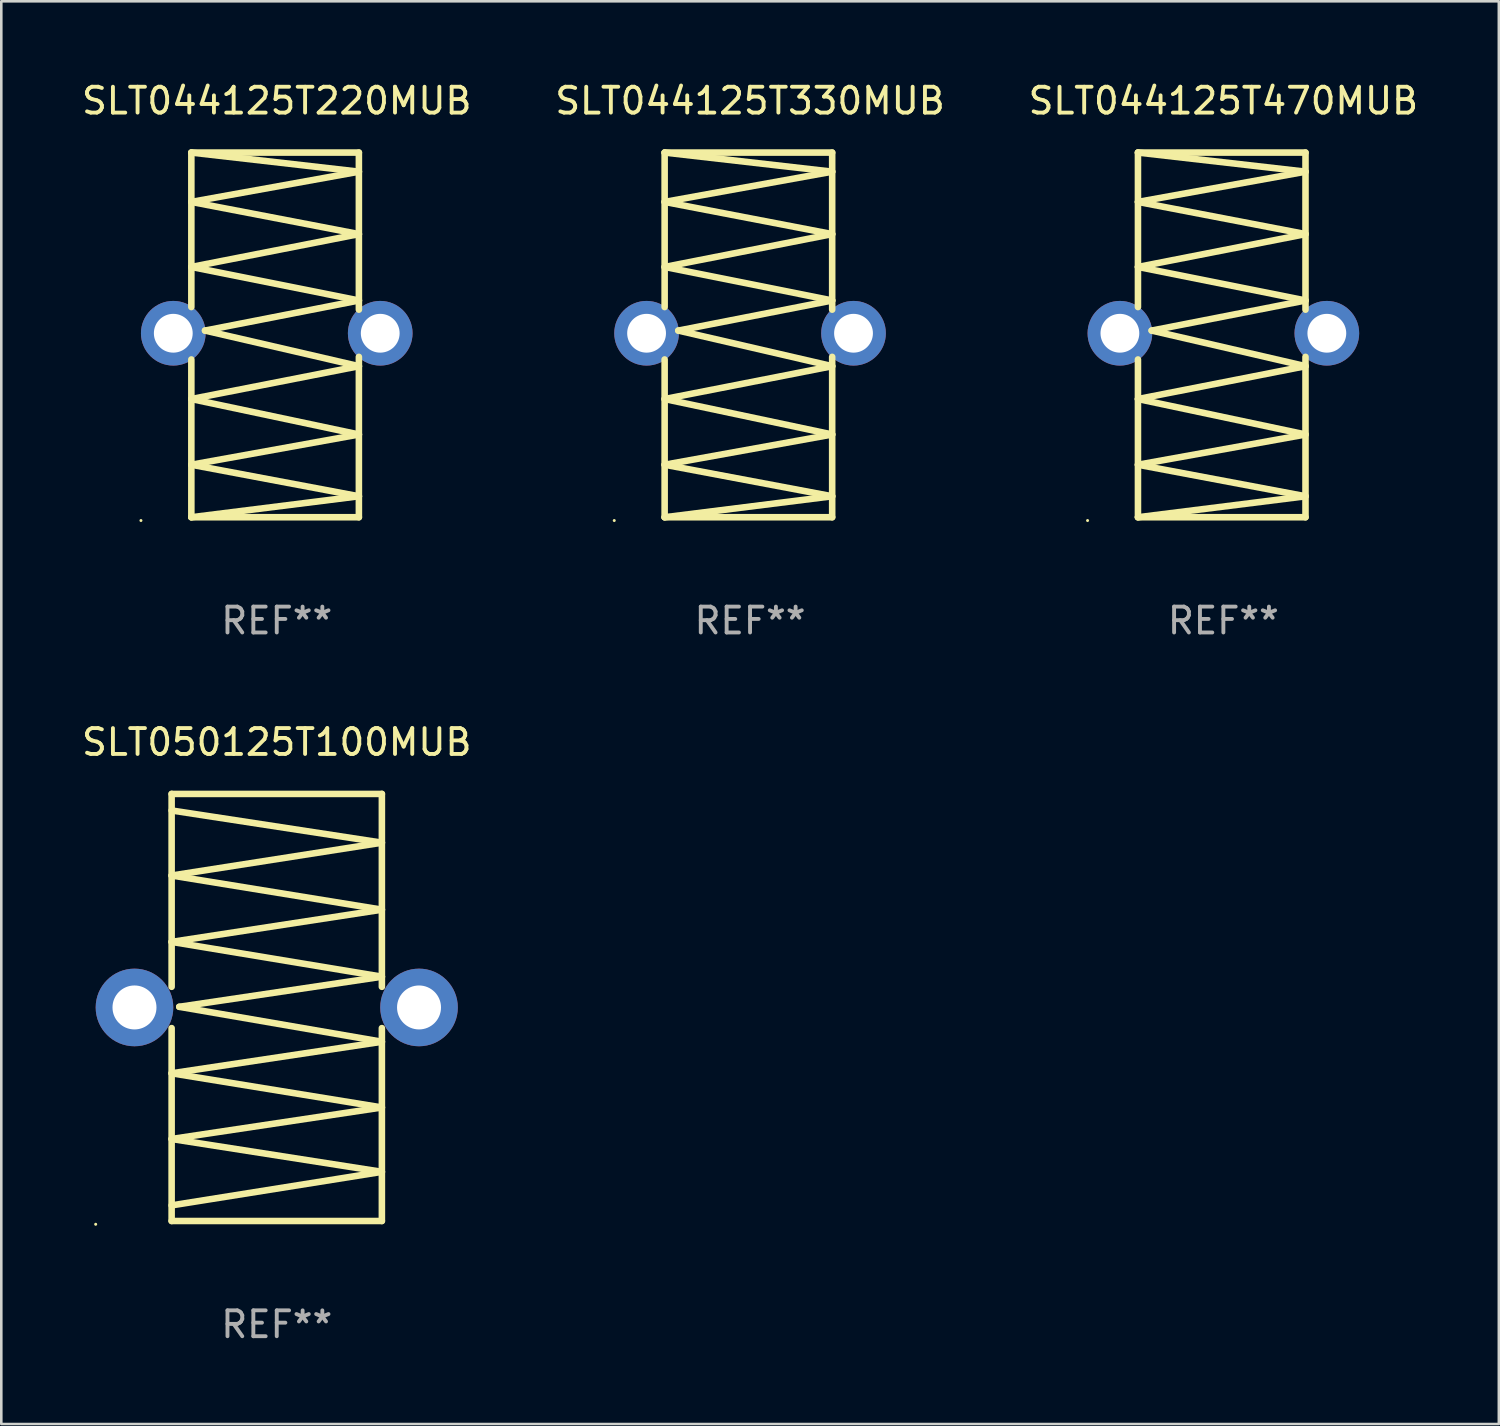
<source format=kicad_pcb>
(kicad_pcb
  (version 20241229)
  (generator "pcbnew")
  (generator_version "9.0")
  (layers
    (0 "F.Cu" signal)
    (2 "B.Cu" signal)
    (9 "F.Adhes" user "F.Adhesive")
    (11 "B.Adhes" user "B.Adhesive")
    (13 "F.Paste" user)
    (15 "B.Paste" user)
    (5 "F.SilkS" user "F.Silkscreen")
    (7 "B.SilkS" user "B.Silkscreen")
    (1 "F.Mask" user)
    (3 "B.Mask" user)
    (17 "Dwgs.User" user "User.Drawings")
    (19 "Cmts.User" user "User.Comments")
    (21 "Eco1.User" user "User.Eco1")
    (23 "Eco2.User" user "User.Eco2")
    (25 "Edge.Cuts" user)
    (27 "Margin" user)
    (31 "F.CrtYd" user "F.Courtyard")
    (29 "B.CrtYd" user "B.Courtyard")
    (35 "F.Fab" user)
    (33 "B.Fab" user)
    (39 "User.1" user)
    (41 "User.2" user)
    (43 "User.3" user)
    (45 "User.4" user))
  (footprint "SLT044125T220MUB"
    (layer "F.Cu")
    (at 7.649 9.897)
    (property "Reference" "SLT044125T220MUB" (at 0 -9.049 0) (layer "F.SilkS") (effects (font (size 1 1) (thickness 0.15))))
    (attr through_hole)
    (fp_line (start -3.302 -7.049) (end -3.302 -1.077) (stroke (width 0.254) (type solid)) (layer "F.SilkS"))
    (fp_line (start -3.302 -7.049) (end 3.175 -6.31) (stroke (width 0.254) (type solid)) (layer "F.SilkS"))
    (fp_line (start -3.302 -5.141) (end 3.175 -3.897) (stroke (width 0.254) (type solid)) (layer "F.SilkS"))
    (fp_line (start -3.302 -2.627) (end 3.175 -1.331) (stroke (width 0.254) (type solid)) (layer "F.SilkS"))
    (fp_line (start -3.302 0.95) (end -3.302 7.049) (stroke (width 0.254) (type solid)) (layer "F.SilkS"))
    (fp_line (start -3.302 2.479) (end 3.175 3.85) (stroke (width 0.254) (type solid)) (layer "F.SilkS"))
    (fp_line (start -3.302 5.019) (end 3.175 6.238) (stroke (width 0.254) (type solid)) (layer "F.SilkS"))
    (fp_line (start -3.302 7.049) (end 3.175 7.049) (stroke (width 0.254) (type solid)) (layer "F.SilkS"))
    (fp_line (start -2.773 -0.167) (end 3.175 1.209) (stroke (width 0.254) (type solid)) (layer "F.SilkS"))
    (fp_line (start 3.175 -7.049) (end -3.302 -7.049) (stroke (width 0.254) (type solid)) (layer "F.SilkS"))
    (fp_line (start 3.175 -6.31) (end -3.302 -5.141) (stroke (width 0.254) (type solid)) (layer "F.SilkS"))
    (fp_line (start 3.175 -3.897) (end -3.302 -2.627) (stroke (width 0.254) (type solid)) (layer "F.SilkS"))
    (fp_line (start 3.175 -1.331) (end -2.773 -0.167) (stroke (width 0.254) (type solid)) (layer "F.SilkS"))
    (fp_line (start 3.175 -0.976) (end 3.175 -7.049) (stroke (width 0.254) (type solid)) (layer "F.SilkS"))
    (fp_line (start 3.175 1.209) (end -3.302 2.479) (stroke (width 0.254) (type solid)) (layer "F.SilkS"))
    (fp_line (start 3.175 3.85) (end -3.302 5.019) (stroke (width 0.254) (type solid)) (layer "F.SilkS"))
    (fp_line (start 3.175 6.238) (end -3.302 7.049) (stroke (width 0.254) (type solid)) (layer "F.SilkS"))
    (fp_line (start 3.175 7.049) (end 3.175 0.849) (stroke (width 0.254) (type solid)) (layer "F.SilkS"))
    (fp_circle (center -5.25 7.176) (end -5.22 7.176) (stroke (width 0.06) (type solid)) (fill no) (layer "F.SilkS"))
    (fp_text user "REF**" (at 0 11.049 0) (layer "F.Fab") (effects (font (size 1 1) (thickness 0.15))))
    (pad "1" thru_hole circle (at -4 -0.064) (size 2.5 2.5) (drill 1.5) (layers "*.Cu" "*.Mask"))
    (pad "2" thru_hole circle (at 4 -0.064) (size 2.5 2.5) (drill 1.5) (layers "*.Cu" "*.Mask")))
  (footprint "SLT044125T330MUB"
    (layer "F.Cu")
    (at 25.946 9.897)
    (property "Reference" "SLT044125T330MUB" (at 0 -9.049 0) (layer "F.SilkS") (effects (font (size 1 1) (thickness 0.15))))
    (attr through_hole)
    (fp_line (start -3.302 -7.049) (end -3.302 -1.077) (stroke (width 0.254) (type solid)) (layer "F.SilkS"))
    (fp_line (start -3.302 -7.049) (end 3.175 -6.31) (stroke (width 0.254) (type solid)) (layer "F.SilkS"))
    (fp_line (start -3.302 -5.141) (end 3.175 -3.897) (stroke (width 0.254) (type solid)) (layer "F.SilkS"))
    (fp_line (start -3.302 -2.627) (end 3.175 -1.331) (stroke (width 0.254) (type solid)) (layer "F.SilkS"))
    (fp_line (start -3.302 0.95) (end -3.302 7.049) (stroke (width 0.254) (type solid)) (layer "F.SilkS"))
    (fp_line (start -3.302 2.479) (end 3.175 3.85) (stroke (width 0.254) (type solid)) (layer "F.SilkS"))
    (fp_line (start -3.302 5.019) (end 3.175 6.238) (stroke (width 0.254) (type solid)) (layer "F.SilkS"))
    (fp_line (start -3.302 7.049) (end 3.175 7.049) (stroke (width 0.254) (type solid)) (layer "F.SilkS"))
    (fp_line (start -2.773 -0.167) (end 3.175 1.209) (stroke (width 0.254) (type solid)) (layer "F.SilkS"))
    (fp_line (start 3.175 -7.049) (end -3.302 -7.049) (stroke (width 0.254) (type solid)) (layer "F.SilkS"))
    (fp_line (start 3.175 -6.31) (end -3.302 -5.141) (stroke (width 0.254) (type solid)) (layer "F.SilkS"))
    (fp_line (start 3.175 -3.897) (end -3.302 -2.627) (stroke (width 0.254) (type solid)) (layer "F.SilkS"))
    (fp_line (start 3.175 -1.331) (end -2.773 -0.167) (stroke (width 0.254) (type solid)) (layer "F.SilkS"))
    (fp_line (start 3.175 -0.976) (end 3.175 -7.049) (stroke (width 0.254) (type solid)) (layer "F.SilkS"))
    (fp_line (start 3.175 1.209) (end -3.302 2.479) (stroke (width 0.254) (type solid)) (layer "F.SilkS"))
    (fp_line (start 3.175 3.85) (end -3.302 5.019) (stroke (width 0.254) (type solid)) (layer "F.SilkS"))
    (fp_line (start 3.175 6.238) (end -3.302 7.049) (stroke (width 0.254) (type solid)) (layer "F.SilkS"))
    (fp_line (start 3.175 7.049) (end 3.175 0.849) (stroke (width 0.254) (type solid)) (layer "F.SilkS"))
    (fp_circle (center -5.25 7.176) (end -5.22 7.176) (stroke (width 0.06) (type solid)) (fill no) (layer "F.SilkS"))
    (fp_text user "REF**" (at 0 11.049 0) (layer "F.Fab") (effects (font (size 1 1) (thickness 0.15))))
    (pad "1" thru_hole circle (at -4 -0.064) (size 2.5 2.5) (drill 1.5) (layers "*.Cu" "*.Mask"))
    (pad "2" thru_hole circle (at 4 -0.064) (size 2.5 2.5) (drill 1.5) (layers "*.Cu" "*.Mask")))
  (footprint "SLT044125T470MUB"
    (layer "F.Cu")
    (at 44.244 9.897)
    (property "Reference" "SLT044125T470MUB" (at 0 -9.049 0) (layer "F.SilkS") (effects (font (size 1 1) (thickness 0.15))))
    (attr through_hole)
    (fp_line (start -3.302 -7.049) (end -3.302 -1.077) (stroke (width 0.254) (type solid)) (layer "F.SilkS"))
    (fp_line (start -3.302 -7.049) (end 3.175 -6.31) (stroke (width 0.254) (type solid)) (layer "F.SilkS"))
    (fp_line (start -3.302 -5.141) (end 3.175 -3.897) (stroke (width 0.254) (type solid)) (layer "F.SilkS"))
    (fp_line (start -3.302 -2.627) (end 3.175 -1.331) (stroke (width 0.254) (type solid)) (layer "F.SilkS"))
    (fp_line (start -3.302 0.95) (end -3.302 7.049) (stroke (width 0.254) (type solid)) (layer "F.SilkS"))
    (fp_line (start -3.302 2.479) (end 3.175 3.85) (stroke (width 0.254) (type solid)) (layer "F.SilkS"))
    (fp_line (start -3.302 5.019) (end 3.175 6.238) (stroke (width 0.254) (type solid)) (layer "F.SilkS"))
    (fp_line (start -3.302 7.049) (end 3.175 7.049) (stroke (width 0.254) (type solid)) (layer "F.SilkS"))
    (fp_line (start -2.773 -0.167) (end 3.175 1.209) (stroke (width 0.254) (type solid)) (layer "F.SilkS"))
    (fp_line (start 3.175 -7.049) (end -3.302 -7.049) (stroke (width 0.254) (type solid)) (layer "F.SilkS"))
    (fp_line (start 3.175 -6.31) (end -3.302 -5.141) (stroke (width 0.254) (type solid)) (layer "F.SilkS"))
    (fp_line (start 3.175 -3.897) (end -3.302 -2.627) (stroke (width 0.254) (type solid)) (layer "F.SilkS"))
    (fp_line (start 3.175 -1.331) (end -2.773 -0.167) (stroke (width 0.254) (type solid)) (layer "F.SilkS"))
    (fp_line (start 3.175 -0.976) (end 3.175 -7.049) (stroke (width 0.254) (type solid)) (layer "F.SilkS"))
    (fp_line (start 3.175 1.209) (end -3.302 2.479) (stroke (width 0.254) (type solid)) (layer "F.SilkS"))
    (fp_line (start 3.175 3.85) (end -3.302 5.019) (stroke (width 0.254) (type solid)) (layer "F.SilkS"))
    (fp_line (start 3.175 6.238) (end -3.302 7.049) (stroke (width 0.254) (type solid)) (layer "F.SilkS"))
    (fp_line (start 3.175 7.049) (end 3.175 0.849) (stroke (width 0.254) (type solid)) (layer "F.SilkS"))
    (fp_circle (center -5.25 7.176) (end -5.22 7.176) (stroke (width 0.06) (type solid)) (fill no) (layer "F.SilkS"))
    (fp_text user "REF**" (at 0 11.049 0) (layer "F.Fab") (effects (font (size 1 1) (thickness 0.15))))
    (pad "1" thru_hole circle (at -4 -0.064) (size 2.5 2.5) (drill 1.5) (layers "*.Cu" "*.Mask"))
    (pad "2" thru_hole circle (at 4 -0.064) (size 2.5 2.5) (drill 1.5) (layers "*.Cu" "*.Mask")))
  (footprint "SLT050125T100MUB"
    (layer "F.Cu")
    (at 7.649 35.897)
    (property "Reference" "SLT050125T100MUB" (at 0 -10.255 0) (layer "F.SilkS") (effects (font (size 1 1) (thickness 0.15))))
    (attr through_hole)
    (fp_line (start -4.064 -8.255) (end -4.064 -0.798) (stroke (width 0.254) (type solid)) (layer "F.SilkS"))
    (fp_line (start -4.064 -7.615) (end 4.064 -6.37) (stroke (width 0.254) (type solid)) (layer "F.SilkS"))
    (fp_line (start -4.064 -5.1) (end 4.064 -3.78) (stroke (width 0.254) (type solid)) (layer "F.SilkS"))
    (fp_line (start -4.064 -2.535) (end 4.064 -1.189) (stroke (width 0.254) (type solid)) (layer "F.SilkS"))
    (fp_line (start -4.064 0.798) (end -4.064 8.255) (stroke (width 0.254) (type solid)) (layer "F.SilkS"))
    (fp_line (start -4.064 2.545) (end 4.064 3.866) (stroke (width 0.254) (type solid)) (layer "F.SilkS"))
    (fp_line (start -4.064 5.085) (end 4.064 6.355) (stroke (width 0.254) (type solid)) (layer "F.SilkS"))
    (fp_line (start -4.064 8.255) (end 4.064 8.255) (stroke (width 0.254) (type solid)) (layer "F.SilkS"))
    (fp_line (start -3.769 -0.025) (end 4.064 1.326) (stroke (width 0.254) (type solid)) (layer "F.SilkS"))
    (fp_line (start 4.064 -8.255) (end -4.064 -8.255) (stroke (width 0.254) (type solid)) (layer "F.SilkS"))
    (fp_line (start 4.064 -6.37) (end -4.064 -5.1) (stroke (width 0.254) (type solid)) (layer "F.SilkS"))
    (fp_line (start 4.064 -3.78) (end -4.064 -2.535) (stroke (width 0.254) (type solid)) (layer "F.SilkS"))
    (fp_line (start 4.064 -1.189) (end -3.769 -0.025) (stroke (width 0.254) (type solid)) (layer "F.SilkS"))
    (fp_line (start 4.064 -0.798) (end 4.064 -8.255) (stroke (width 0.254) (type solid)) (layer "F.SilkS"))
    (fp_line (start 4.064 1.326) (end -4.064 2.545) (stroke (width 0.254) (type solid)) (layer "F.SilkS"))
    (fp_line (start 4.064 3.866) (end -4.064 5.085) (stroke (width 0.254) (type solid)) (layer "F.SilkS"))
    (fp_line (start 4.064 6.355) (end -4.064 7.651) (stroke (width 0.254) (type solid)) (layer "F.SilkS"))
    (fp_line (start 4.064 8.255) (end 4.064 0.798) (stroke (width 0.254) (type solid)) (layer "F.SilkS"))
    (fp_circle (center -7 8.382) (end -6.97 8.382) (stroke (width 0.06) (type solid)) (fill no) (layer "F.SilkS"))
    (fp_text user "REF**" (at 0 12.255 0) (layer "F.Fab") (effects (font (size 1 1) (thickness 0.15))))
    (pad "1" thru_hole circle (at -5.5 0) (size 3 3) (drill 1.7) (layers "*.Cu" "*.Mask"))
    (pad "2" thru_hole circle (at 5.5 0) (size 3 3) (drill 1.7) (layers "*.Cu" "*.Mask")))
  (gr_rect
    (start -3 -3)
    (end 54.893 52)
    (stroke (width 0.1) (type default))
    (fill no)
    (layer "Edge.Cuts")))
</source>
